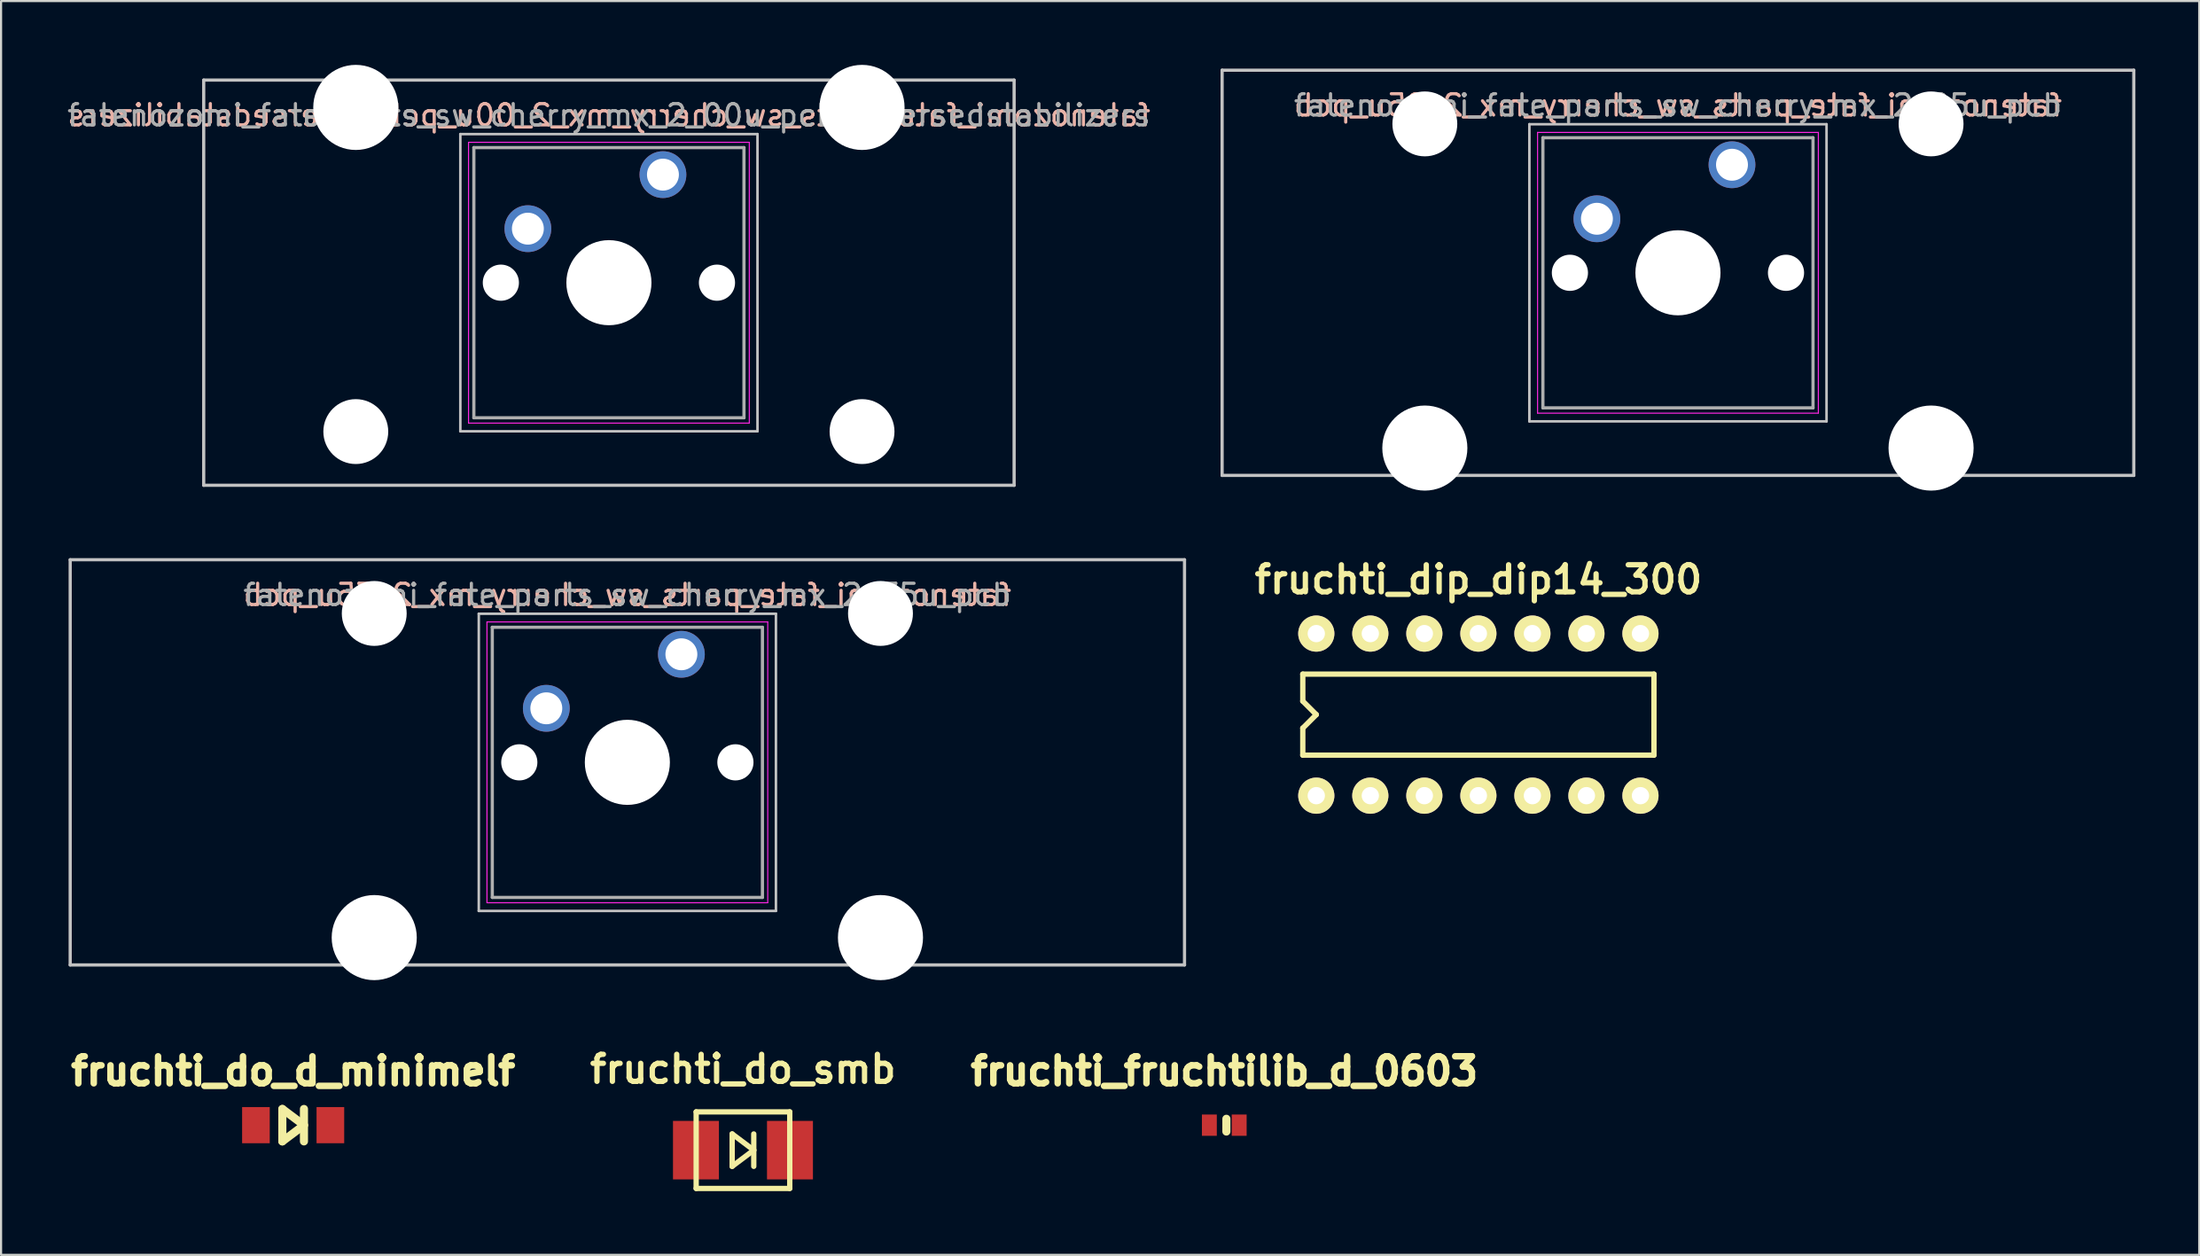
<source format=kicad_pcb>
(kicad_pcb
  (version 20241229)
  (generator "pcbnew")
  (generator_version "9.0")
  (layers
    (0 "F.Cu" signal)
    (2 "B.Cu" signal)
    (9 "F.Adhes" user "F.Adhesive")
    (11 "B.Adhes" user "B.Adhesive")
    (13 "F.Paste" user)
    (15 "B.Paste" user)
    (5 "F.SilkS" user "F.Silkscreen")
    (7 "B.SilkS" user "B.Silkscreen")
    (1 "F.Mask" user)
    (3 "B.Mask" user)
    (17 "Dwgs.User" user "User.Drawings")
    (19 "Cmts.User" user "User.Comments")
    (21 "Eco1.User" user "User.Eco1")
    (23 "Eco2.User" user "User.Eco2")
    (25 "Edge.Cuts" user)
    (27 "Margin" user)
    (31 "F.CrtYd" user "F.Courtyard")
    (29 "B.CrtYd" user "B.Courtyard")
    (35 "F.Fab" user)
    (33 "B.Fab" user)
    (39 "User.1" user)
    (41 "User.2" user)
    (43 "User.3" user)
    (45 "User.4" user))
  (footprint "fruchti_dip_dip14_300"
    (layer "F.Cu")
    (at 66.453 30.547)
    (property "Reference" "fruchti_dip_dip14_300" (at 0 -6.35 0) (layer "F.SilkS") (effects (font (size 1.27 1.27) (thickness 0.25))))
    (attr through_hole)
    (fp_line (start -8.255 -1.905) (end 8.255 -1.905) (stroke (width 0.25) (type solid)) (layer "F.SilkS"))
    (fp_line (start -8.255 -0.635) (end -8.255 -1.905) (stroke (width 0.25) (type solid)) (layer "F.SilkS"))
    (fp_line (start -8.255 -0.635) (end -7.62 0) (stroke (width 0.25) (type solid)) (layer "F.SilkS"))
    (fp_line (start -8.255 1.905) (end -8.255 0.635) (stroke (width 0.25) (type solid)) (layer "F.SilkS"))
    (fp_line (start -8.255 1.905) (end 8.255 1.905) (stroke (width 0.25) (type solid)) (layer "F.SilkS"))
    (fp_line (start -7.62 0) (end -8.255 0.635) (stroke (width 0.25) (type solid)) (layer "F.SilkS"))
    (fp_line (start 8.255 1.905) (end 8.255 -1.905) (stroke (width 0.25) (type solid)) (layer "F.SilkS"))
    (pad "1" thru_hole circle (at -7.62 3.81) (size 1.7 1.7) (drill 0.813) (layers "*.Cu" "*.Mask" "F.SilkS"))
    (pad "2" thru_hole circle (at -5.08 3.81) (size 1.7 1.7) (drill 0.813) (layers "*.Cu" "*.Mask" "F.SilkS"))
    (pad "3" thru_hole circle (at -2.54 3.81) (size 1.7 1.7) (drill 0.813) (layers "*.Cu" "*.Mask" "F.SilkS"))
    (pad "4" thru_hole circle (at 0 3.81) (size 1.7 1.7) (drill 0.813) (layers "*.Cu" "*.Mask" "F.SilkS"))
    (pad "5" thru_hole circle (at 2.54 3.81) (size 1.7 1.7) (drill 0.813) (layers "*.Cu" "*.Mask" "F.SilkS"))
    (pad "6" thru_hole circle (at 5.08 3.81) (size 1.7 1.7) (drill 0.813) (layers "*.Cu" "*.Mask" "F.SilkS"))
    (pad "7" thru_hole circle (at 7.62 3.81) (size 1.7 1.7) (drill 0.813) (layers "*.Cu" "*.Mask" "F.SilkS"))
    (pad "8" thru_hole circle (at 7.62 -3.81) (size 1.7 1.7) (drill 0.813) (layers "*.Cu" "*.Mask" "F.SilkS"))
    (pad "9" thru_hole circle (at 5.08 -3.81) (size 1.7 1.7) (drill 0.813) (layers "*.Cu" "*.Mask" "F.SilkS"))
    (pad "10" thru_hole circle (at 2.54 -3.81) (size 1.7 1.7) (drill 0.813) (layers "*.Cu" "*.Mask" "F.SilkS"))
    (pad "11" thru_hole circle (at 0 -3.81) (size 1.7 1.7) (drill 0.813) (layers "*.Cu" "*.Mask" "F.SilkS"))
    (pad "12" thru_hole circle (at -2.54 -3.81) (size 1.7 1.7) (drill 0.813) (layers "*.Cu" "*.Mask" "F.SilkS"))
    (pad "13" thru_hole circle (at -5.08 -3.81) (size 1.7 1.7) (drill 0.813) (layers "*.Cu" "*.Mask" "F.SilkS"))
    (pad "14" thru_hole circle (at -7.62 -3.81) (size 1.7 1.7) (drill 0.813) (layers "*.Cu" "*.Mask" "F.SilkS")))
  (footprint "fatenozomi_fate_parts_sw_cherry_mx_2_25u_pcb"
    (layer "F.Cu")
    (at 54.405 0.25)
    (property "Reference" "fatenozomi_fate_parts_sw_cherry_mx_2_25u_pcb" (at 21.431 1.651 0) (layer "B.SilkS") (effects (font (size 1 1) (thickness 0.15)) (justify mirror)))
    (attr through_hole)
    (fp_line (start 0 0) (end 42.862 0) (stroke (width 0.15) (type solid)) (layer "Dwgs.User"))
    (fp_line (start 0 19.05) (end 0 0) (stroke (width 0.15) (type solid)) (layer "Dwgs.User"))
    (fp_line (start 14.446 2.54) (end 28.416 2.54) (stroke (width 0.12) (type solid)) (layer "Dwgs.User"))
    (fp_line (start 14.446 16.51) (end 14.446 2.54) (stroke (width 0.12) (type solid)) (layer "Dwgs.User"))
    (fp_line (start 28.416 2.54) (end 28.416 16.51) (stroke (width 0.12) (type solid)) (layer "Dwgs.User"))
    (fp_line (start 28.416 16.51) (end 14.446 16.51) (stroke (width 0.12) (type solid)) (layer "Dwgs.User"))
    (fp_line (start 42.862 0) (end 42.862 19.05) (stroke (width 0.15) (type solid)) (layer "Dwgs.User"))
    (fp_line (start 42.862 19.05) (end 0 19.05) (stroke (width 0.15) (type solid)) (layer "Dwgs.User"))
    (fp_line (start 14.831 2.925) (end 28.031 2.925) (stroke (width 0.05) (type solid)) (layer "F.CrtYd"))
    (fp_line (start 14.831 16.125) (end 14.831 2.925) (stroke (width 0.05) (type solid)) (layer "F.CrtYd"))
    (fp_line (start 28.031 2.925) (end 28.031 16.125) (stroke (width 0.05) (type solid)) (layer "F.CrtYd"))
    (fp_line (start 28.031 16.125) (end 14.831 16.125) (stroke (width 0.05) (type solid)) (layer "F.CrtYd"))
    (fp_line (start 15.081 3.175) (end 27.781 3.175) (stroke (width 0.15) (type solid)) (layer "F.Fab"))
    (fp_line (start 15.081 15.875) (end 15.081 3.175) (stroke (width 0.15) (type solid)) (layer "F.Fab"))
    (fp_line (start 27.781 3.175) (end 27.781 15.875) (stroke (width 0.15) (type solid)) (layer "F.Fab"))
    (fp_line (start 27.781 15.875) (end 15.081 15.875) (stroke (width 0.15) (type solid)) (layer "F.Fab"))
    (fp_text user "${REFERENCE}" (at 21.431 1.651 0) (layer "F.Fab") (effects (font (size 1 1) (thickness 0.15))))
    (pad "" np_thru_hole circle (at 9.531 2.525) (size 3.05 3.05) (drill 3.05) (layers "*.Cu" "*.Mask"))
    (pad "" np_thru_hole circle (at 9.531 17.765) (size 4 4) (drill 4) (layers "*.Cu" "*.Mask"))
    (pad "" np_thru_hole circle (at 16.351 9.525) (size 1.7 1.7) (drill 1.7) (layers "*.Cu" "*.Mask"))
    (pad "" np_thru_hole circle (at 21.431 9.525) (size 4 4) (drill 4) (layers "*.Cu" "*.Mask"))
    (pad "" np_thru_hole circle (at 26.511 9.525) (size 1.7 1.7) (drill 1.7) (layers "*.Cu" "*.Mask"))
    (pad "" np_thru_hole circle (at 33.331 2.525) (size 3.05 3.05) (drill 3.05) (layers "*.Cu" "*.Mask"))
    (pad "" np_thru_hole circle (at 33.331 17.765) (size 4 4) (drill 4) (layers "*.Cu" "*.Mask"))
    (pad "1" thru_hole circle (at 23.971 4.445) (size 2.2 2.2) (drill 1.5) (layers "*.Cu" "*.Mask"))
    (pad "2" thru_hole circle (at 17.621 6.985) (size 2.2 2.2) (drill 1.5) (layers "*.Cu" "*.Mask")))
  (footprint "fatenozomi_fate_parts_sw_cherry_mx_2_00u_pcb_reversedstabilizers"
    (layer "F.Cu")
    (at 6.527 0.715)
    (property "Reference" "fatenozomi_fate_parts_sw_cherry_mx_2_00u_pcb_reversedstabilizers" (at 19.05 1.651 0) (layer "B.SilkS") (effects (font (size 1 1) (thickness 0.15)) (justify mirror)))
    (attr through_hole)
    (fp_line (start 0 0) (end 38.1 0) (stroke (width 0.15) (type solid)) (layer "Dwgs.User"))
    (fp_line (start 0 19.05) (end 0 0) (stroke (width 0.15) (type solid)) (layer "Dwgs.User"))
    (fp_line (start 12.065 2.54) (end 26.035 2.54) (stroke (width 0.12) (type solid)) (layer "Dwgs.User"))
    (fp_line (start 12.065 16.51) (end 12.065 2.54) (stroke (width 0.12) (type solid)) (layer "Dwgs.User"))
    (fp_line (start 26.035 2.54) (end 26.035 16.51) (stroke (width 0.12) (type solid)) (layer "Dwgs.User"))
    (fp_line (start 26.035 16.51) (end 12.065 16.51) (stroke (width 0.12) (type solid)) (layer "Dwgs.User"))
    (fp_line (start 38.1 0) (end 38.1 19.05) (stroke (width 0.15) (type solid)) (layer "Dwgs.User"))
    (fp_line (start 38.1 19.05) (end 0 19.05) (stroke (width 0.15) (type solid)) (layer "Dwgs.User"))
    (fp_line (start 12.45 2.925) (end 25.65 2.925) (stroke (width 0.05) (type solid)) (layer "F.CrtYd"))
    (fp_line (start 12.45 16.125) (end 12.45 2.925) (stroke (width 0.05) (type solid)) (layer "F.CrtYd"))
    (fp_line (start 25.65 2.925) (end 25.65 16.125) (stroke (width 0.05) (type solid)) (layer "F.CrtYd"))
    (fp_line (start 25.65 16.125) (end 12.45 16.125) (stroke (width 0.05) (type solid)) (layer "F.CrtYd"))
    (fp_line (start 12.7 3.175) (end 25.4 3.175) (stroke (width 0.15) (type solid)) (layer "F.Fab"))
    (fp_line (start 12.7 15.875) (end 12.7 3.175) (stroke (width 0.15) (type solid)) (layer "F.Fab"))
    (fp_line (start 25.4 3.175) (end 25.4 15.875) (stroke (width 0.15) (type solid)) (layer "F.Fab"))
    (fp_line (start 25.4 15.875) (end 12.7 15.875) (stroke (width 0.15) (type solid)) (layer "F.Fab"))
    (fp_text user "${REFERENCE}" (at 19.05 1.651 0) (layer "F.Fab") (effects (font (size 1 1) (thickness 0.15))))
    (pad "" np_thru_hole circle (at 7.15 1.285) (size 4 4) (drill 4) (layers "*.Cu" "*.Mask"))
    (pad "" np_thru_hole circle (at 7.15 16.525) (size 3.05 3.05) (drill 3.05) (layers "*.Cu" "*.Mask"))
    (pad "" np_thru_hole circle (at 13.97 9.525) (size 1.7 1.7) (drill 1.7) (layers "*.Cu" "*.Mask"))
    (pad "" np_thru_hole circle (at 19.05 9.525) (size 4 4) (drill 4) (layers "*.Cu" "*.Mask"))
    (pad "" np_thru_hole circle (at 24.13 9.525) (size 1.7 1.7) (drill 1.7) (layers "*.Cu" "*.Mask"))
    (pad "" np_thru_hole circle (at 30.95 1.285) (size 4 4) (drill 4) (layers "*.Cu" "*.Mask"))
    (pad "" np_thru_hole circle (at 30.95 16.525) (size 3.05 3.05) (drill 3.05) (layers "*.Cu" "*.Mask"))
    (pad "1" thru_hole circle (at 21.59 4.445) (size 2.2 2.2) (drill 1.5) (layers "*.Cu" "*.Mask"))
    (pad "2" thru_hole circle (at 15.24 6.985) (size 2.2 2.2) (drill 1.5) (layers "*.Cu" "*.Mask")))
  (footprint "fruchti_do_d_minimelf"
    (layer "F.Cu")
    (at 10.732 49.848)
    (property "Reference" "fruchti_do_d_minimelf" (at 0 -2.54 0) (layer "F.SilkS") (effects (font (size 1.27 1.27) (thickness 0.305))))
    (attr through_hole)
    (fp_line (start -0.508 -0.762) (end -0.508 0.762) (stroke (width 0.381) (type solid)) (layer "F.SilkS"))
    (fp_line (start -0.508 0.762) (end 0.508 0) (stroke (width 0.381) (type solid)) (layer "F.SilkS"))
    (fp_line (start 0.508 -0.762) (end 0.508 0.762) (stroke (width 0.381) (type solid)) (layer "F.SilkS"))
    (fp_line (start 0.508 0) (end -0.508 -0.762) (stroke (width 0.381) (type solid)) (layer "F.SilkS"))
    (pad "1" smd rect (at -1.75 0) (size 1.3 1.699) (layers "F.Cu" "F.Mask" "F.Paste"))
    (pad "2" smd rect (at 1.75 0) (size 1.3 1.699) (layers "F.Cu" "F.Mask" "F.Paste")))
  (footprint "fruchti_do_smb"
    (layer "F.Cu")
    (at 31.879 51.022)
    (property "Reference" "fruchti_do_smb" (at 0 -3.81 0) (layer "F.SilkS") (effects (font (size 1.27 1.27) (thickness 0.25))))
    (attr through_hole)
    (fp_line (start -2.2 -1.8) (end -2.2 1.8) (stroke (width 0.25) (type solid)) (layer "F.SilkS"))
    (fp_line (start -2.2 -1.8) (end 2.2 -1.8) (stroke (width 0.25) (type solid)) (layer "F.SilkS"))
    (fp_line (start -2.2 1.8) (end 2.2 1.8) (stroke (width 0.25) (type solid)) (layer "F.SilkS"))
    (fp_line (start -0.508 -0.762) (end -0.508 0.762) (stroke (width 0.25) (type solid)) (layer "F.SilkS"))
    (fp_line (start -0.508 0.762) (end 0.508 0) (stroke (width 0.25) (type solid)) (layer "F.SilkS"))
    (fp_line (start 0.508 -0.762) (end 0.508 0.762) (stroke (width 0.25) (type solid)) (layer "F.SilkS"))
    (fp_line (start 0.508 0) (end -0.508 -0.762) (stroke (width 0.25) (type solid)) (layer "F.SilkS"))
    (fp_line (start 2.2 -1.8) (end 2.2 1.8) (stroke (width 0.25) (type solid)) (layer "F.SilkS"))
    (pad "1" smd rect (at -2.21 0) (size 2.16 2.75) (layers "F.Cu" "F.Mask" "F.Paste"))
    (pad "2" smd rect (at 2.21 0) (size 2.16 2.75) (layers "F.Cu" "F.Mask" "F.Paste")))
  (footprint "fatenozomi_fate_parts_sw_cherry_mx_2_75u_pcb"
    (layer "F.Cu")
    (at 0.25 23.265)
    (property "Reference" "fatenozomi_fate_parts_sw_cherry_mx_2_75u_pcb" (at 26.194 1.651 0) (layer "B.SilkS") (effects (font (size 1 1) (thickness 0.15)) (justify mirror)))
    (attr through_hole)
    (fp_line (start 0 0) (end 52.388 0) (stroke (width 0.15) (type solid)) (layer "Dwgs.User"))
    (fp_line (start 0 19.05) (end 0 0) (stroke (width 0.15) (type solid)) (layer "Dwgs.User"))
    (fp_line (start 19.209 2.54) (end 33.179 2.54) (stroke (width 0.12) (type solid)) (layer "Dwgs.User"))
    (fp_line (start 19.209 16.51) (end 19.209 2.54) (stroke (width 0.12) (type solid)) (layer "Dwgs.User"))
    (fp_line (start 33.179 2.54) (end 33.179 16.51) (stroke (width 0.12) (type solid)) (layer "Dwgs.User"))
    (fp_line (start 33.179 16.51) (end 19.209 16.51) (stroke (width 0.12) (type solid)) (layer "Dwgs.User"))
    (fp_line (start 52.388 0) (end 52.388 19.05) (stroke (width 0.15) (type solid)) (layer "Dwgs.User"))
    (fp_line (start 52.388 19.05) (end 0 19.05) (stroke (width 0.15) (type solid)) (layer "Dwgs.User"))
    (fp_line (start 19.594 2.925) (end 32.794 2.925) (stroke (width 0.05) (type solid)) (layer "F.CrtYd"))
    (fp_line (start 19.594 16.125) (end 19.594 2.925) (stroke (width 0.05) (type solid)) (layer "F.CrtYd"))
    (fp_line (start 32.794 2.925) (end 32.794 16.125) (stroke (width 0.05) (type solid)) (layer "F.CrtYd"))
    (fp_line (start 32.794 16.125) (end 19.594 16.125) (stroke (width 0.05) (type solid)) (layer "F.CrtYd"))
    (fp_line (start 19.844 3.175) (end 32.544 3.175) (stroke (width 0.15) (type solid)) (layer "F.Fab"))
    (fp_line (start 19.844 15.875) (end 19.844 3.175) (stroke (width 0.15) (type solid)) (layer "F.Fab"))
    (fp_line (start 32.544 3.175) (end 32.544 15.875) (stroke (width 0.15) (type solid)) (layer "F.Fab"))
    (fp_line (start 32.544 15.875) (end 19.844 15.875) (stroke (width 0.15) (type solid)) (layer "F.Fab"))
    (fp_text user "${REFERENCE}" (at 26.194 1.651 0) (layer "F.Fab") (effects (font (size 1 1) (thickness 0.15))))
    (pad "" np_thru_hole circle (at 14.294 2.525) (size 3.05 3.05) (drill 3.05) (layers "*.Cu" "*.Mask"))
    (pad "" np_thru_hole circle (at 14.294 17.765) (size 4 4) (drill 4) (layers "*.Cu" "*.Mask"))
    (pad "" np_thru_hole circle (at 21.114 9.525) (size 1.7 1.7) (drill 1.7) (layers "*.Cu" "*.Mask"))
    (pad "" np_thru_hole circle (at 26.194 9.525) (size 4 4) (drill 4) (layers "*.Cu" "*.Mask"))
    (pad "" np_thru_hole circle (at 31.274 9.525) (size 1.7 1.7) (drill 1.7) (layers "*.Cu" "*.Mask"))
    (pad "" np_thru_hole circle (at 38.094 2.525) (size 3.05 3.05) (drill 3.05) (layers "*.Cu" "*.Mask"))
    (pad "" np_thru_hole circle (at 38.094 17.765) (size 4 4) (drill 4) (layers "*.Cu" "*.Mask"))
    (pad "1" thru_hole circle (at 28.734 4.445) (size 2.2 2.2) (drill 1.5) (layers "*.Cu" "*.Mask"))
    (pad "2" thru_hole circle (at 22.384 6.985) (size 2.2 2.2) (drill 1.5) (layers "*.Cu" "*.Mask")))
  (footprint "fruchti_fruchtilib_d_0603"
    (layer "F.Cu")
    (at 54.507 49.848)
    (property "Reference" "fruchti_fruchtilib_d_0603" (at 0 -2.54 0) (layer "F.SilkS") (effects (font (size 1.27 1.27) (thickness 0.305))))
    (attr through_hole)
    (fp_line (start 0.099 -0.3) (end 0.099 0.3) (stroke (width 0.381) (type solid)) (layer "F.SilkS"))
    (pad "1" smd rect (at -0.701 0) (size 0.701 1.001) (layers "F.Cu" "F.Mask" "F.Paste"))
    (pad "2" smd rect (at 0.701 0) (size 0.701 1.001) (layers "F.Cu" "F.Mask" "F.Paste")))
  (gr_rect
    (start -3 -3)
    (end 100.342 55.947)
    (stroke (width 0.1) (type default))
    (fill no)
    (layer "Edge.Cuts")))
</source>
